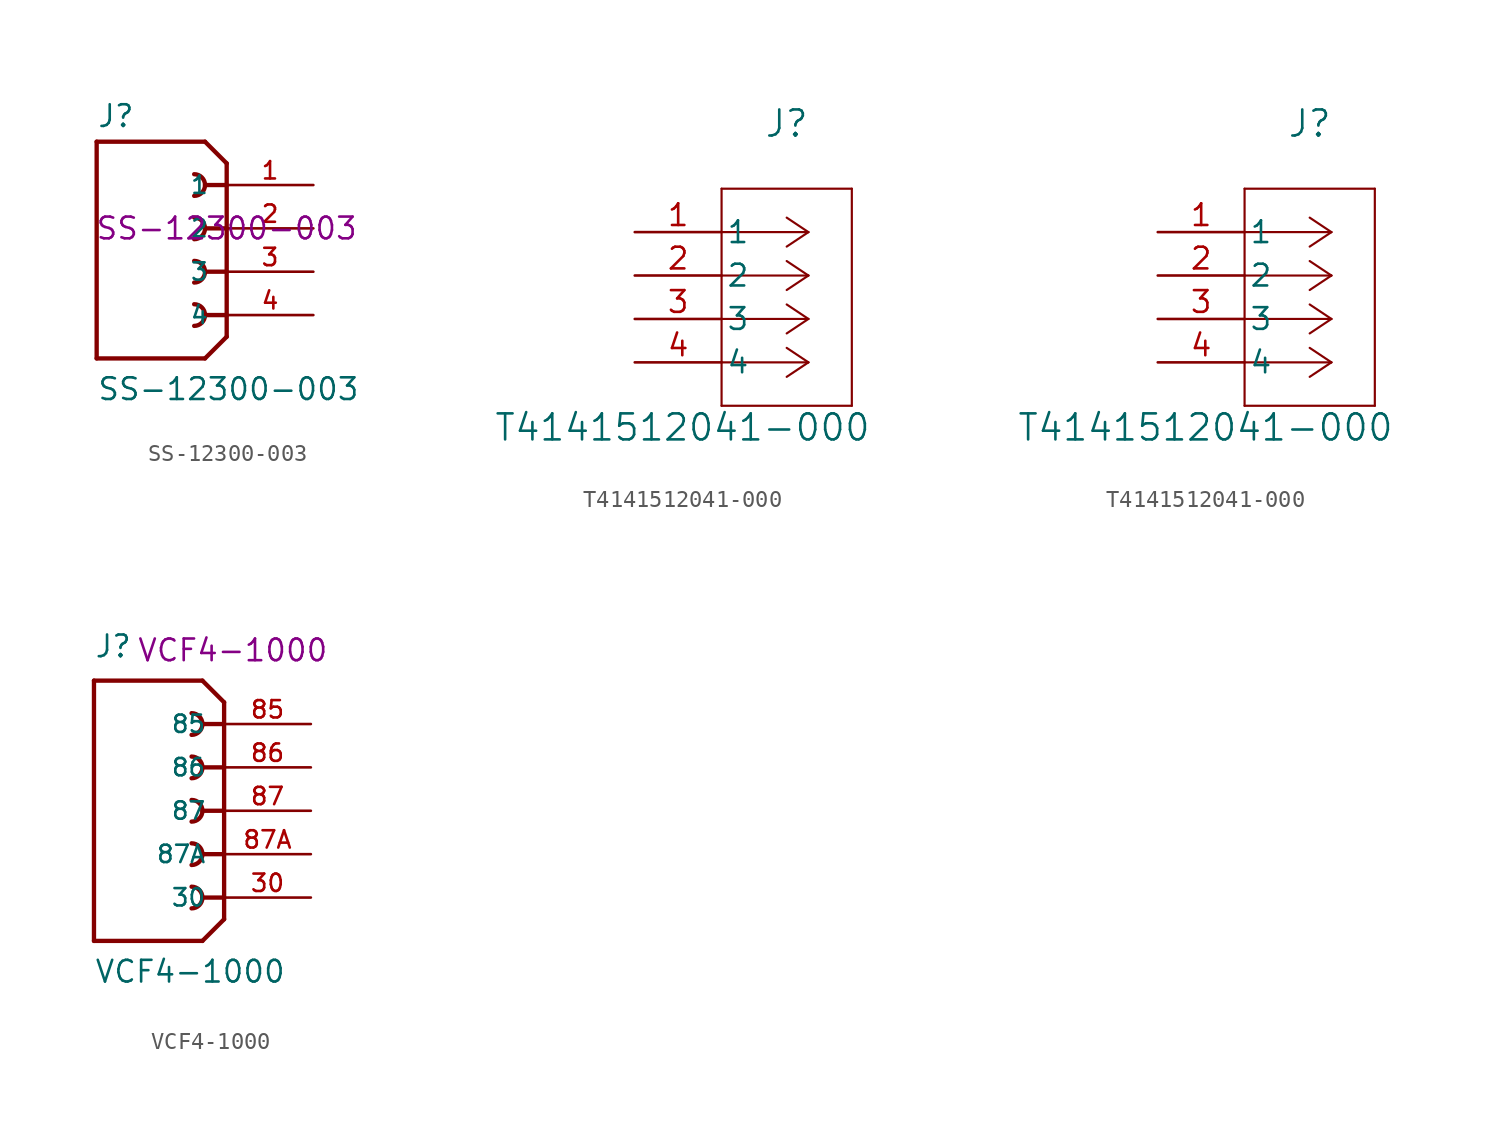
<source format=kicad_sym>
(kicad_symbol_lib
  (version 20241209)
  (generator "kicad_symbol_editor")
  (generator_version "9.0")
  (symbol "SS-12300-003"
    (pin_names
      (offset 1.016))
    (property "Reference" "J"
      (at -7.62 5.842 0)
      (effects (font (size 1.27 1.27)) (justify left bottom)))
    (property "Value" "SS-12300-003"
      (at -7.62 -10.16 0)
      (effects (font (size 1.27 1.27)) (justify left bottom)))
    (property "ManufacturerPartNumber" "SS-12300-003"
      (at 0 0 0)
      (effects (font (size 1.27 1.27))))
    (symbol "SS-12300-003_0_0"
      (polyline (pts (xy -7.62 5.08) (xy -1.27 5.08)) (stroke (width 0.254) (type default)) (fill (type none)))
      (polyline (pts (xy -7.62 -7.62) (xy -7.62 5.08)) (stroke (width 0.254) (type default)) (fill (type none)))
      (arc (start -1.905 3.175) (mid -1.2727 2.54) (end -1.905 1.905) (stroke (width 0.254) (type default)) (fill (type none)))
      (arc (start -1.905 0.635) (mid -1.2727 0) (end -1.905 -0.635) (stroke (width 0.254) (type default)) (fill (type none)))
      (arc (start -1.905 -1.905) (mid -1.2727 -2.54) (end -1.905 -3.175) (stroke (width 0.254) (type default)) (fill (type none)))
      (arc (start -1.905 -4.445) (mid -1.2727 -5.08) (end -1.905 -5.715) (stroke (width 0.254) (type default)) (fill (type none)))
      (polyline (pts (xy -1.27 -7.62) (xy -7.62 -7.62)) (stroke (width 0.254) (type default)) (fill (type none)))
      (polyline (pts (xy -1.27 -7.62) (xy 0 -6.35)) (stroke (width 0.254) (type default)) (fill (type none)))
      (polyline (pts (xy 0 3.81) (xy -1.27 5.08)) (stroke (width 0.254) (type default)) (fill (type none)))
      (polyline (pts (xy 0 3.81) (xy 0 -6.35)) (stroke (width 0.254) (type default)) (fill (type none)))
      (polyline (pts (xy 0 2.54) (xy -1.27 2.54)) (stroke (width 0.254) (type default)) (fill (type none)))
      (polyline (pts (xy 0 0) (xy -1.27 0)) (stroke (width 0.254) (type default)) (fill (type none)))
      (polyline (pts (xy 0 -2.54) (xy -1.27 -2.54)) (stroke (width 0.254) (type default)) (fill (type none)))
      (polyline (pts (xy 0 -5.08) (xy -1.27 -5.08)) (stroke (width 0.254) (type default)) (fill (type none)))
      (pin passive line (at 5.08 2.54 180) (length 5.08) (name "1" (effects (font (size 1.016 1.016)))) (number "1" (effects (font (size 1.016 1.016)))))
      (pin passive line (at 5.08 0 180) (length 5.08) (name "2" (effects (font (size 1.016 1.016)))) (number "2" (effects (font (size 1.016 1.016)))))
      (pin passive line (at 5.08 -2.54 180) (length 5.08) (name "3" (effects (font (size 1.016 1.016)))) (number "3" (effects (font (size 1.016 1.016)))))
      (pin passive line (at 5.08 -5.08 180) (length 5.08) (name "4" (effects (font (size 1.016 1.016)))) (number "4" (effects (font (size 1.016 1.016)))))))
  (symbol "T4141512041-000"
    (pin_names
      (offset 0.254))
    (property "Reference" "J"
      (at 8.89 6.35 0)
      (effects (font (size 1.524 1.524))))
    (property "Value" "T4141512041-000"
      (at 2.794 -11.43 0)
      (effects (font (size 1.524 1.524))))
    (symbol "T4141512041-000_1_1"
      (polyline (pts (xy 5.08 2.54) (xy 5.08 -10.16)) (stroke (width 0.127) (type default)) (fill (type none)))
      (polyline (pts (xy 5.08 -10.16) (xy 12.7 -10.16)) (stroke (width 0.127) (type default)) (fill (type none)))
      (polyline (pts (xy 10.16 0) (xy 5.08 0)) (stroke (width 0.127) (type default)) (fill (type none)))
      (polyline (pts (xy 10.16 0) (xy 8.89 0.847)) (stroke (width 0.127) (type default)) (fill (type none)))
      (polyline (pts (xy 10.16 0) (xy 8.89 -0.847)) (stroke (width 0.127) (type default)) (fill (type none)))
      (polyline (pts (xy 10.16 -2.54) (xy 5.08 -2.54)) (stroke (width 0.127) (type default)) (fill (type none)))
      (polyline (pts (xy 10.16 -2.54) (xy 8.89 -1.693)) (stroke (width 0.127) (type default)) (fill (type none)))
      (polyline (pts (xy 10.16 -2.54) (xy 8.89 -3.387)) (stroke (width 0.127) (type default)) (fill (type none)))
      (polyline (pts (xy 10.16 -5.08) (xy 5.08 -5.08)) (stroke (width 0.127) (type default)) (fill (type none)))
      (polyline (pts (xy 10.16 -5.08) (xy 8.89 -4.233)) (stroke (width 0.127) (type default)) (fill (type none)))
      (polyline (pts (xy 10.16 -5.08) (xy 8.89 -5.927)) (stroke (width 0.127) (type default)) (fill (type none)))
      (polyline (pts (xy 10.16 -7.62) (xy 5.08 -7.62)) (stroke (width 0.127) (type default)) (fill (type none)))
      (polyline (pts (xy 10.16 -7.62) (xy 8.89 -6.773)) (stroke (width 0.127) (type default)) (fill (type none)))
      (polyline (pts (xy 10.16 -7.62) (xy 8.89 -8.467)) (stroke (width 0.127) (type default)) (fill (type none)))
      (polyline (pts (xy 12.7 2.54) (xy 5.08 2.54)) (stroke (width 0.127) (type default)) (fill (type none)))
      (polyline (pts (xy 12.7 -10.16) (xy 12.7 2.54)) (stroke (width 0.127) (type default)) (fill (type none)))
      (pin unspecified line (at 0 0 0) (length 5.08) (name "1" (effects (font (size 1.27 1.27)))) (number "1" (effects (font (size 1.27 1.27)))))
      (pin unspecified line (at 0 -2.54 0) (length 5.08) (name "2" (effects (font (size 1.27 1.27)))) (number "2" (effects (font (size 1.27 1.27)))))
      (pin unspecified line (at 0 -5.08 0) (length 5.08) (name "3" (effects (font (size 1.27 1.27)))) (number "3" (effects (font (size 1.27 1.27)))))
      (pin unspecified line (at 0 -7.62 0) (length 5.08) (name "4" (effects (font (size 1.27 1.27)))) (number "4" (effects (font (size 1.27 1.27))))))
    (symbol "T4141512041-000_1_2"
      (polyline (pts (xy 5.08 2.54) (xy 5.08 -10.16)) (stroke (width 0.127) (type default)) (fill (type none)))
      (polyline (pts (xy 5.08 -10.16) (xy 12.7 -10.16)) (stroke (width 0.127) (type default)) (fill (type none)))
      (polyline (pts (xy 10.16 0) (xy 5.08 0)) (stroke (width 0.127) (type default)) (fill (type none)))
      (polyline (pts (xy 10.16 0) (xy 8.89 0.847)) (stroke (width 0.127) (type default)) (fill (type none)))
      (polyline (pts (xy 10.16 0) (xy 8.89 -0.847)) (stroke (width 0.127) (type default)) (fill (type none)))
      (polyline (pts (xy 10.16 -2.54) (xy 5.08 -2.54)) (stroke (width 0.127) (type default)) (fill (type none)))
      (polyline (pts (xy 10.16 -2.54) (xy 8.89 -1.693)) (stroke (width 0.127) (type default)) (fill (type none)))
      (polyline (pts (xy 10.16 -2.54) (xy 8.89 -3.387)) (stroke (width 0.127) (type default)) (fill (type none)))
      (polyline (pts (xy 10.16 -5.08) (xy 5.08 -5.08)) (stroke (width 0.127) (type default)) (fill (type none)))
      (polyline (pts (xy 10.16 -5.08) (xy 8.89 -4.233)) (stroke (width 0.127) (type default)) (fill (type none)))
      (polyline (pts (xy 10.16 -5.08) (xy 8.89 -5.927)) (stroke (width 0.127) (type default)) (fill (type none)))
      (polyline (pts (xy 10.16 -7.62) (xy 5.08 -7.62)) (stroke (width 0.127) (type default)) (fill (type none)))
      (polyline (pts (xy 10.16 -7.62) (xy 8.89 -6.773)) (stroke (width 0.127) (type default)) (fill (type none)))
      (polyline (pts (xy 10.16 -7.62) (xy 8.89 -8.467)) (stroke (width 0.127) (type default)) (fill (type none)))
      (polyline (pts (xy 12.7 2.54) (xy 5.08 2.54)) (stroke (width 0.127) (type default)) (fill (type none)))
      (polyline (pts (xy 12.7 -10.16) (xy 12.7 2.54)) (stroke (width 0.127) (type default)) (fill (type none)))
      (pin unspecified line (at 0 0 0) (length 5.08) (name "1" (effects (font (size 1.27 1.27)))) (number "1" (effects (font (size 1.27 1.27)))))
      (pin unspecified line (at 0 -2.54 0) (length 5.08) (name "2" (effects (font (size 1.27 1.27)))) (number "2" (effects (font (size 1.27 1.27)))))
      (pin unspecified line (at 0 -5.08 0) (length 5.08) (name "3" (effects (font (size 1.27 1.27)))) (number "3" (effects (font (size 1.27 1.27)))))
      (pin unspecified line (at 0 -7.62 0) (length 5.08) (name "4" (effects (font (size 1.27 1.27)))) (number "4" (effects (font (size 1.27 1.27)))))))
  (symbol "VCF4-1000"
    (pin_names
      (offset 1.016))
    (property "Reference" "J"
      (at -7.62 8.89 0)
      (effects (font (size 1.27 1.27)) (justify left bottom)))
    (property "Value" "VCF4-1000"
      (at -7.62 -10.16 0)
      (effects (font (size 1.27 1.27)) (justify left bottom)))
    (property "ManufacturerPartNumber" "VCF4-1000"
      (at 0.508 9.398 0)
      (effects (font (size 1.27 1.27))))
    (symbol "VCF4-1000_0_0"
      (polyline (pts (xy -7.62 7.62) (xy -1.27 7.62)) (stroke (width 0.254) (type default)) (fill (type none)))
      (polyline (pts (xy -7.62 -7.62) (xy -7.62 7.62)) (stroke (width 0.254) (type default)) (fill (type none)))
      (arc (start -1.905 5.715) (mid -1.2727 5.08) (end -1.905 4.445) (stroke (width 0.254) (type default)) (fill (type none)))
      (arc (start -1.905 3.175) (mid -1.2727 2.54) (end -1.905 1.905) (stroke (width 0.254) (type default)) (fill (type none)))
      (arc (start -1.905 0.635) (mid -1.2727 0) (end -1.905 -0.635) (stroke (width 0.254) (type default)) (fill (type none)))
      (arc (start -1.905 -1.905) (mid -1.2727 -2.54) (end -1.905 -3.175) (stroke (width 0.254) (type default)) (fill (type none)))
      (arc (start -1.905 -4.445) (mid -1.456 -4.631) (end -1.27 -5.08) (stroke (width 0.254) (type default)) (fill (type none)))
      (arc (start -1.27 -5.08) (mid -1.456 -5.529) (end -1.905 -5.715) (stroke (width 0.254) (type default)) (fill (type none)))
      (polyline (pts (xy -1.27 -7.62) (xy -7.62 -7.62)) (stroke (width 0.254) (type default)) (fill (type none)))
      (polyline (pts (xy 0 6.35) (xy -1.27 7.62)) (stroke (width 0.254) (type default)) (fill (type none)))
      (polyline (pts (xy 0 6.35) (xy 0 5.08)) (stroke (width 0.254) (type default)) (fill (type none)))
      (polyline (pts (xy 0 5.08) (xy -1.27 5.08)) (stroke (width 0.254) (type default)) (fill (type none)))
      (polyline (pts (xy 0 5.08) (xy 0 -5.08)) (stroke (width 0.254) (type default)) (fill (type none)))
      (polyline (pts (xy 0 2.54) (xy -1.27 2.54)) (stroke (width 0.254) (type default)) (fill (type none)))
      (polyline (pts (xy 0 0) (xy -1.27 0)) (stroke (width 0.254) (type default)) (fill (type none)))
      (polyline (pts (xy 0 -2.54) (xy -1.27 -2.54)) (stroke (width 0.254) (type default)) (fill (type none)))
      (polyline (pts (xy 0 -5.08) (xy -1.27 -5.08)) (stroke (width 0.254) (type default)) (fill (type none)))
      (polyline (pts (xy 0 -5.08) (xy 0 -6.35)) (stroke (width 0.254) (type default)) (fill (type none)))
      (polyline (pts (xy 0 -6.35) (xy -1.27 -7.62)) (stroke (width 0.254) (type default)) (fill (type none)))
      (pin passive line (at 5.08 5.08 180) (length 5.08) (name "85" (effects (font (size 1.016 1.016)))) (number "85" (effects (font (size 1.016 1.016)))))
      (pin passive line (at 5.08 2.54 180) (length 5.08) (name "86" (effects (font (size 1.016 1.016)))) (number "86" (effects (font (size 1.016 1.016)))))
      (pin passive line (at 5.08 0 180) (length 5.08) (name "87" (effects (font (size 1.016 1.016)))) (number "87" (effects (font (size 1.016 1.016)))))
      (pin passive line (at 5.08 -2.54 180) (length 5.08) (name "87A" (effects (font (size 1.016 1.016)))) (number "87A" (effects (font (size 1.016 1.016)))))
      (pin passive line (at 5.08 -5.08 180) (length 5.08) (name "30" (effects (font (size 1.016 1.016)))) (number "30" (effects (font (size 1.016 1.016))))))))
</source>
